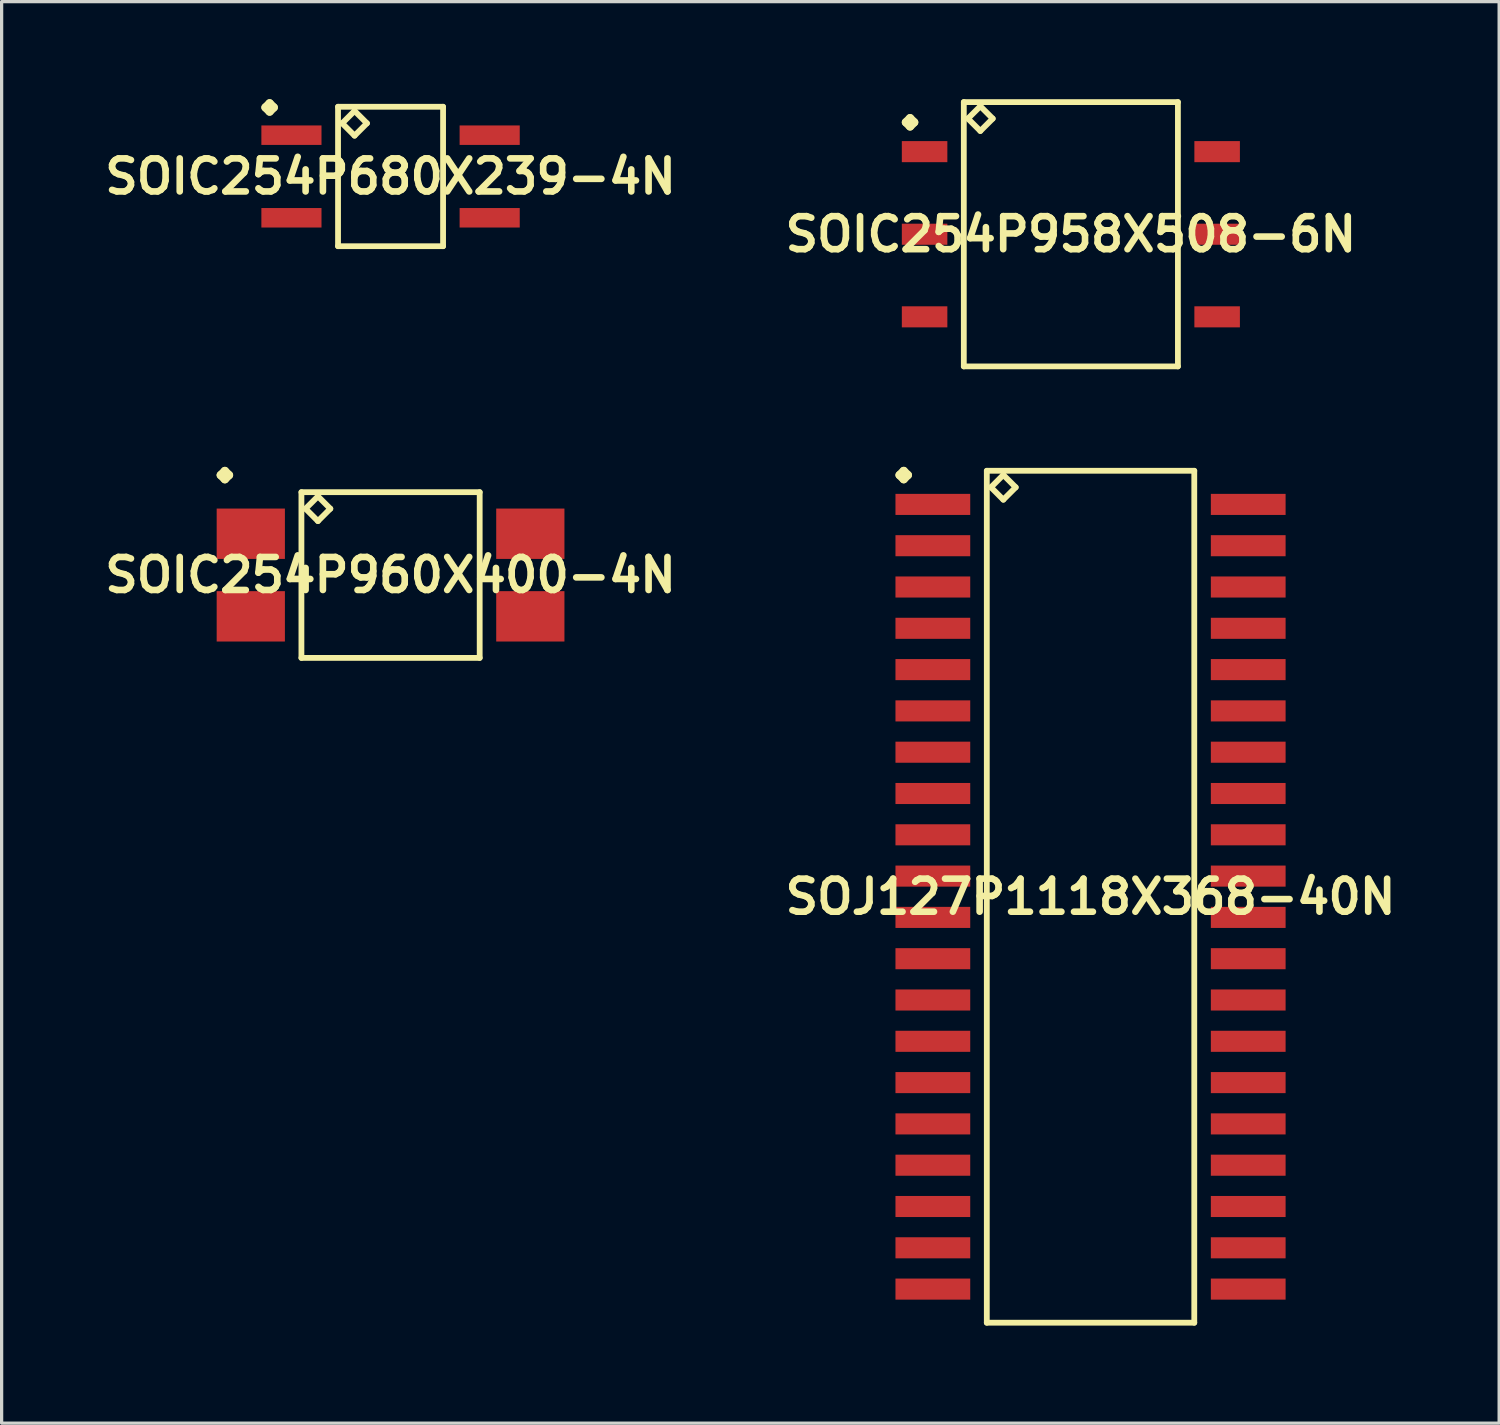
<source format=kicad_pcb>
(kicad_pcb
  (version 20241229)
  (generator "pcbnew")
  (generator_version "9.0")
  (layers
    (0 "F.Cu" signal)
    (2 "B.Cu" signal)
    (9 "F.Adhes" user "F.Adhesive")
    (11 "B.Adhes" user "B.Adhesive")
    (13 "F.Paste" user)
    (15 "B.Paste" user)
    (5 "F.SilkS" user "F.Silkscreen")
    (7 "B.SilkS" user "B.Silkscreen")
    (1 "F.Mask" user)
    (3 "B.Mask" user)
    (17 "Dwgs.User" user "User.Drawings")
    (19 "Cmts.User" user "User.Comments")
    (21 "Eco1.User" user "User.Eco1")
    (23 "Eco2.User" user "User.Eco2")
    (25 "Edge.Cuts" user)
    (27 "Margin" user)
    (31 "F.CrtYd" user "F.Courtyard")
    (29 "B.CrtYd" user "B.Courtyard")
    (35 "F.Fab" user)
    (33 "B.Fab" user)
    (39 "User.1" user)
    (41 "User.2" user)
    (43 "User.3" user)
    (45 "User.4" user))
  (footprint "SOIC254P958X508-6N"
    (layer "F.Cu")
    (at 29.88 4.153)
    (property "Reference" "SOIC254P958X508-6N" (at 0 0 0) (layer "F.SilkS") (effects (font (size 1.016 1.016) (thickness 0.203))))
    (attr smd)
    (fp_line (start -5.072 -3.442) (end -4.945 -3.569) (stroke (width 0.254) (type solid)) (layer "F.SilkS"))
    (fp_line (start -4.945 -3.569) (end -4.818 -3.442) (stroke (width 0.254) (type solid)) (layer "F.SilkS"))
    (fp_line (start -4.945 -3.315) (end -5.072 -3.442) (stroke (width 0.254) (type solid)) (layer "F.SilkS"))
    (fp_line (start -4.818 -3.442) (end -4.945 -3.315) (stroke (width 0.254) (type solid)) (layer "F.SilkS"))
    (fp_line (start -3.292 -4.064) (end -3.292 4.064) (stroke (width 0.178) (type solid)) (layer "F.SilkS"))
    (fp_line (start -3.292 4.064) (end 3.292 4.064) (stroke (width 0.178) (type solid)) (layer "F.SilkS"))
    (fp_line (start -3.165 -3.556) (end -2.784 -3.937) (stroke (width 0.178) (type solid)) (layer "F.SilkS"))
    (fp_line (start -2.784 -3.937) (end -2.403 -3.556) (stroke (width 0.178) (type solid)) (layer "F.SilkS"))
    (fp_line (start -2.784 -3.175) (end -3.165 -3.556) (stroke (width 0.178) (type solid)) (layer "F.SilkS"))
    (fp_line (start -2.403 -3.556) (end -2.784 -3.175) (stroke (width 0.178) (type solid)) (layer "F.SilkS"))
    (fp_line (start 3.292 -4.064) (end -3.292 -4.064) (stroke (width 0.178) (type solid)) (layer "F.SilkS"))
    (fp_line (start 3.292 4.064) (end 3.292 -4.064) (stroke (width 0.178) (type solid)) (layer "F.SilkS"))
    (pad "1" smd rect (at -4.498 -2.54) (size 1.4 0.648) (layers "F.Cu" "F.Mask" "F.Paste"))
    (pad "2" smd rect (at -4.498 0) (size 1.4 0.648) (layers "F.Cu" "F.Mask" "F.Paste"))
    (pad "3" smd rect (at -4.498 2.54) (size 1.4 0.648) (layers "F.Cu" "F.Mask" "F.Paste"))
    (pad "4" smd rect (at 4.498 2.54) (size 1.4 0.648) (layers "F.Cu" "F.Mask" "F.Paste"))
    (pad "5" smd rect (at 4.498 0) (size 1.4 0.648) (layers "F.Cu" "F.Mask" "F.Paste"))
    (pad "6" smd rect (at 4.498 -2.54) (size 1.4 0.648) (layers "F.Cu" "F.Mask" "F.Paste")))
  (footprint "SOIC254P680X239-4N"
    (layer "F.Cu")
    (at 8.96 2.377)
    (property "Reference" "SOIC254P680X239-4N" (at 0 0 0) (layer "F.SilkS") (effects (font (size 1.016 1.016) (thickness 0.203))))
    (attr smd)
    (fp_line (start -3.846 -2.123) (end -3.719 -2.25) (stroke (width 0.254) (type solid)) (layer "F.SilkS"))
    (fp_line (start -3.719 -2.25) (end -3.592 -2.123) (stroke (width 0.254) (type solid)) (layer "F.SilkS"))
    (fp_line (start -3.719 -1.996) (end -3.846 -2.123) (stroke (width 0.254) (type solid)) (layer "F.SilkS"))
    (fp_line (start -3.592 -2.123) (end -3.719 -1.996) (stroke (width 0.254) (type solid)) (layer "F.SilkS"))
    (fp_line (start -1.615 -2.144) (end -1.615 2.144) (stroke (width 0.178) (type solid)) (layer "F.SilkS"))
    (fp_line (start -1.615 2.144) (end 1.615 2.144) (stroke (width 0.178) (type solid)) (layer "F.SilkS"))
    (fp_line (start -1.488 -1.636) (end -1.107 -2.017) (stroke (width 0.178) (type solid)) (layer "F.SilkS"))
    (fp_line (start -1.107 -2.017) (end -0.726 -1.636) (stroke (width 0.178) (type solid)) (layer "F.SilkS"))
    (fp_line (start -1.107 -1.255) (end -1.488 -1.636) (stroke (width 0.178) (type solid)) (layer "F.SilkS"))
    (fp_line (start -0.726 -1.636) (end -1.107 -1.255) (stroke (width 0.178) (type solid)) (layer "F.SilkS"))
    (fp_line (start 1.615 -2.144) (end -1.615 -2.144) (stroke (width 0.178) (type solid)) (layer "F.SilkS"))
    (fp_line (start 1.615 2.144) (end 1.615 -2.144) (stroke (width 0.178) (type solid)) (layer "F.SilkS"))
    (pad "1" smd rect (at -3.048 -1.27) (size 1.849 0.599) (layers "F.Cu" "F.Mask" "F.Paste"))
    (pad "2" smd rect (at -3.048 1.27) (size 1.849 0.599) (layers "F.Cu" "F.Mask" "F.Paste"))
    (pad "3" smd rect (at 3.048 1.27) (size 1.849 0.599) (layers "F.Cu" "F.Mask" "F.Paste"))
    (pad "4" smd rect (at 3.048 -1.27) (size 1.849 0.599) (layers "F.Cu" "F.Mask" "F.Paste")))
  (footprint "SOIC254P960X400-4N"
    (layer "F.Cu")
    (at 8.96 14.633)
    (property "Reference" "SOIC254P960X400-4N" (at 0 0 0) (layer "F.SilkS") (effects (font (size 1.016 1.016) (thickness 0.203))))
    (attr smd)
    (fp_line (start -5.222 -3.073) (end -5.095 -3.2) (stroke (width 0.254) (type solid)) (layer "F.SilkS"))
    (fp_line (start -5.095 -3.2) (end -4.968 -3.073) (stroke (width 0.254) (type solid)) (layer "F.SilkS"))
    (fp_line (start -5.095 -2.946) (end -5.222 -3.073) (stroke (width 0.254) (type solid)) (layer "F.SilkS"))
    (fp_line (start -4.968 -3.073) (end -5.095 -2.946) (stroke (width 0.254) (type solid)) (layer "F.SilkS"))
    (fp_line (start -2.741 -2.548) (end -2.741 2.548) (stroke (width 0.178) (type solid)) (layer "F.SilkS"))
    (fp_line (start -2.741 2.548) (end 2.741 2.548) (stroke (width 0.178) (type solid)) (layer "F.SilkS"))
    (fp_line (start -2.614 -2.04) (end -2.233 -2.421) (stroke (width 0.178) (type solid)) (layer "F.SilkS"))
    (fp_line (start -2.233 -2.421) (end -1.852 -2.04) (stroke (width 0.178) (type solid)) (layer "F.SilkS"))
    (fp_line (start -2.233 -1.659) (end -2.614 -2.04) (stroke (width 0.178) (type solid)) (layer "F.SilkS"))
    (fp_line (start -1.852 -2.04) (end -2.233 -1.659) (stroke (width 0.178) (type solid)) (layer "F.SilkS"))
    (fp_line (start 2.741 -2.548) (end -2.741 -2.548) (stroke (width 0.178) (type solid)) (layer "F.SilkS"))
    (fp_line (start 2.741 2.548) (end 2.741 -2.548) (stroke (width 0.178) (type solid)) (layer "F.SilkS"))
    (pad "1" smd rect (at -4.298 -1.27) (size 2.098 1.549) (layers "F.Cu" "F.Mask" "F.Paste"))
    (pad "2" smd rect (at -4.298 1.27) (size 2.098 1.549) (layers "F.Cu" "F.Mask" "F.Paste"))
    (pad "3" smd rect (at 4.298 1.27) (size 2.098 1.549) (layers "F.Cu" "F.Mask" "F.Paste"))
    (pad "4" smd rect (at 4.298 -1.27) (size 2.098 1.549) (layers "F.Cu" "F.Mask" "F.Paste")))
  (footprint "SOJ127P1118X368-40N"
    (layer "F.Cu")
    (at 30.485 24.526)
    (property "Reference" "SOJ127P1118X368-40N" (at 0 0 0) (layer "F.SilkS") (effects (font (size 1.016 1.016) (thickness 0.203))))
    (attr smd)
    (fp_line (start -5.872 -12.967) (end -5.745 -13.094) (stroke (width 0.254) (type solid)) (layer "F.SilkS"))
    (fp_line (start -5.745 -13.094) (end -5.618 -12.967) (stroke (width 0.254) (type solid)) (layer "F.SilkS"))
    (fp_line (start -5.745 -12.84) (end -5.872 -12.967) (stroke (width 0.254) (type solid)) (layer "F.SilkS"))
    (fp_line (start -5.618 -12.967) (end -5.745 -12.84) (stroke (width 0.254) (type solid)) (layer "F.SilkS"))
    (fp_line (start -3.19 -13.099) (end -3.19 13.099) (stroke (width 0.178) (type solid)) (layer "F.SilkS"))
    (fp_line (start -3.19 13.099) (end 3.19 13.099) (stroke (width 0.178) (type solid)) (layer "F.SilkS"))
    (fp_line (start -3.063 -12.591) (end -2.682 -12.972) (stroke (width 0.178) (type solid)) (layer "F.SilkS"))
    (fp_line (start -2.682 -12.972) (end -2.301 -12.591) (stroke (width 0.178) (type solid)) (layer "F.SilkS"))
    (fp_line (start -2.682 -12.21) (end -3.063 -12.591) (stroke (width 0.178) (type solid)) (layer "F.SilkS"))
    (fp_line (start -2.301 -12.591) (end -2.682 -12.21) (stroke (width 0.178) (type solid)) (layer "F.SilkS"))
    (fp_line (start 3.19 -13.099) (end -3.19 -13.099) (stroke (width 0.178) (type solid)) (layer "F.SilkS"))
    (fp_line (start 3.19 13.099) (end 3.19 -13.099) (stroke (width 0.178) (type solid)) (layer "F.SilkS"))
    (pad "1" smd rect (at -4.849 -12.065) (size 2.299 0.648) (layers "F.Cu" "F.Mask" "F.Paste"))
    (pad "2" smd rect (at -4.849 -10.795) (size 2.299 0.648) (layers "F.Cu" "F.Mask" "F.Paste"))
    (pad "3" smd rect (at -4.849 -9.525) (size 2.299 0.648) (layers "F.Cu" "F.Mask" "F.Paste"))
    (pad "4" smd rect (at -4.849 -8.255) (size 2.299 0.648) (layers "F.Cu" "F.Mask" "F.Paste"))
    (pad "5" smd rect (at -4.849 -6.985) (size 2.299 0.648) (layers "F.Cu" "F.Mask" "F.Paste"))
    (pad "6" smd rect (at -4.849 -5.715) (size 2.299 0.648) (layers "F.Cu" "F.Mask" "F.Paste"))
    (pad "7" smd rect (at -4.849 -4.445) (size 2.299 0.648) (layers "F.Cu" "F.Mask" "F.Paste"))
    (pad "8" smd rect (at -4.849 -3.175) (size 2.299 0.648) (layers "F.Cu" "F.Mask" "F.Paste"))
    (pad "9" smd rect (at -4.849 -1.905) (size 2.299 0.648) (layers "F.Cu" "F.Mask" "F.Paste"))
    (pad "10" smd rect (at -4.849 -0.635) (size 2.299 0.648) (layers "F.Cu" "F.Mask" "F.Paste"))
    (pad "11" smd rect (at -4.849 0.635) (size 2.299 0.648) (layers "F.Cu" "F.Mask" "F.Paste"))
    (pad "12" smd rect (at -4.849 1.905) (size 2.299 0.648) (layers "F.Cu" "F.Mask" "F.Paste"))
    (pad "13" smd rect (at -4.849 3.175) (size 2.299 0.648) (layers "F.Cu" "F.Mask" "F.Paste"))
    (pad "14" smd rect (at -4.849 4.445) (size 2.299 0.648) (layers "F.Cu" "F.Mask" "F.Paste"))
    (pad "15" smd rect (at -4.849 5.715) (size 2.299 0.648) (layers "F.Cu" "F.Mask" "F.Paste"))
    (pad "16" smd rect (at -4.849 6.985) (size 2.299 0.648) (layers "F.Cu" "F.Mask" "F.Paste"))
    (pad "17" smd rect (at -4.849 8.255) (size 2.299 0.648) (layers "F.Cu" "F.Mask" "F.Paste"))
    (pad "18" smd rect (at -4.849 9.525) (size 2.299 0.648) (layers "F.Cu" "F.Mask" "F.Paste"))
    (pad "19" smd rect (at -4.849 10.795) (size 2.299 0.648) (layers "F.Cu" "F.Mask" "F.Paste"))
    (pad "20" smd rect (at -4.849 12.065) (size 2.299 0.648) (layers "F.Cu" "F.Mask" "F.Paste"))
    (pad "21" smd rect (at 4.849 12.065) (size 2.299 0.648) (layers "F.Cu" "F.Mask" "F.Paste"))
    (pad "22" smd rect (at 4.849 10.795) (size 2.299 0.648) (layers "F.Cu" "F.Mask" "F.Paste"))
    (pad "23" smd rect (at 4.849 9.525) (size 2.299 0.648) (layers "F.Cu" "F.Mask" "F.Paste"))
    (pad "24" smd rect (at 4.849 8.255) (size 2.299 0.648) (layers "F.Cu" "F.Mask" "F.Paste"))
    (pad "25" smd rect (at 4.849 6.985) (size 2.299 0.648) (layers "F.Cu" "F.Mask" "F.Paste"))
    (pad "26" smd rect (at 4.849 5.715) (size 2.299 0.648) (layers "F.Cu" "F.Mask" "F.Paste"))
    (pad "27" smd rect (at 4.849 4.445) (size 2.299 0.648) (layers "F.Cu" "F.Mask" "F.Paste"))
    (pad "28" smd rect (at 4.849 3.175) (size 2.299 0.648) (layers "F.Cu" "F.Mask" "F.Paste"))
    (pad "29" smd rect (at 4.849 1.905) (size 2.299 0.648) (layers "F.Cu" "F.Mask" "F.Paste"))
    (pad "30" smd rect (at 4.849 0.635) (size 2.299 0.648) (layers "F.Cu" "F.Mask" "F.Paste"))
    (pad "31" smd rect (at 4.849 -0.635) (size 2.299 0.648) (layers "F.Cu" "F.Mask" "F.Paste"))
    (pad "32" smd rect (at 4.849 -1.905) (size 2.299 0.648) (layers "F.Cu" "F.Mask" "F.Paste"))
    (pad "33" smd rect (at 4.849 -3.175) (size 2.299 0.648) (layers "F.Cu" "F.Mask" "F.Paste"))
    (pad "34" smd rect (at 4.849 -4.445) (size 2.299 0.648) (layers "F.Cu" "F.Mask" "F.Paste"))
    (pad "35" smd rect (at 4.849 -5.715) (size 2.299 0.648) (layers "F.Cu" "F.Mask" "F.Paste"))
    (pad "36" smd rect (at 4.849 -6.985) (size 2.299 0.648) (layers "F.Cu" "F.Mask" "F.Paste"))
    (pad "37" smd rect (at 4.849 -8.255) (size 2.299 0.648) (layers "F.Cu" "F.Mask" "F.Paste"))
    (pad "38" smd rect (at 4.849 -9.525) (size 2.299 0.648) (layers "F.Cu" "F.Mask" "F.Paste"))
    (pad "39" smd rect (at 4.849 -10.795) (size 2.299 0.648) (layers "F.Cu" "F.Mask" "F.Paste"))
    (pad "40" smd rect (at 4.849 -12.065) (size 2.299 0.648) (layers "F.Cu" "F.Mask" "F.Paste")))
  (gr_rect
    (start -3 -3)
    (end 43.05 40.714)
    (stroke (width 0.1) (type default))
    (fill no)
    (layer "Edge.Cuts")))
</source>
